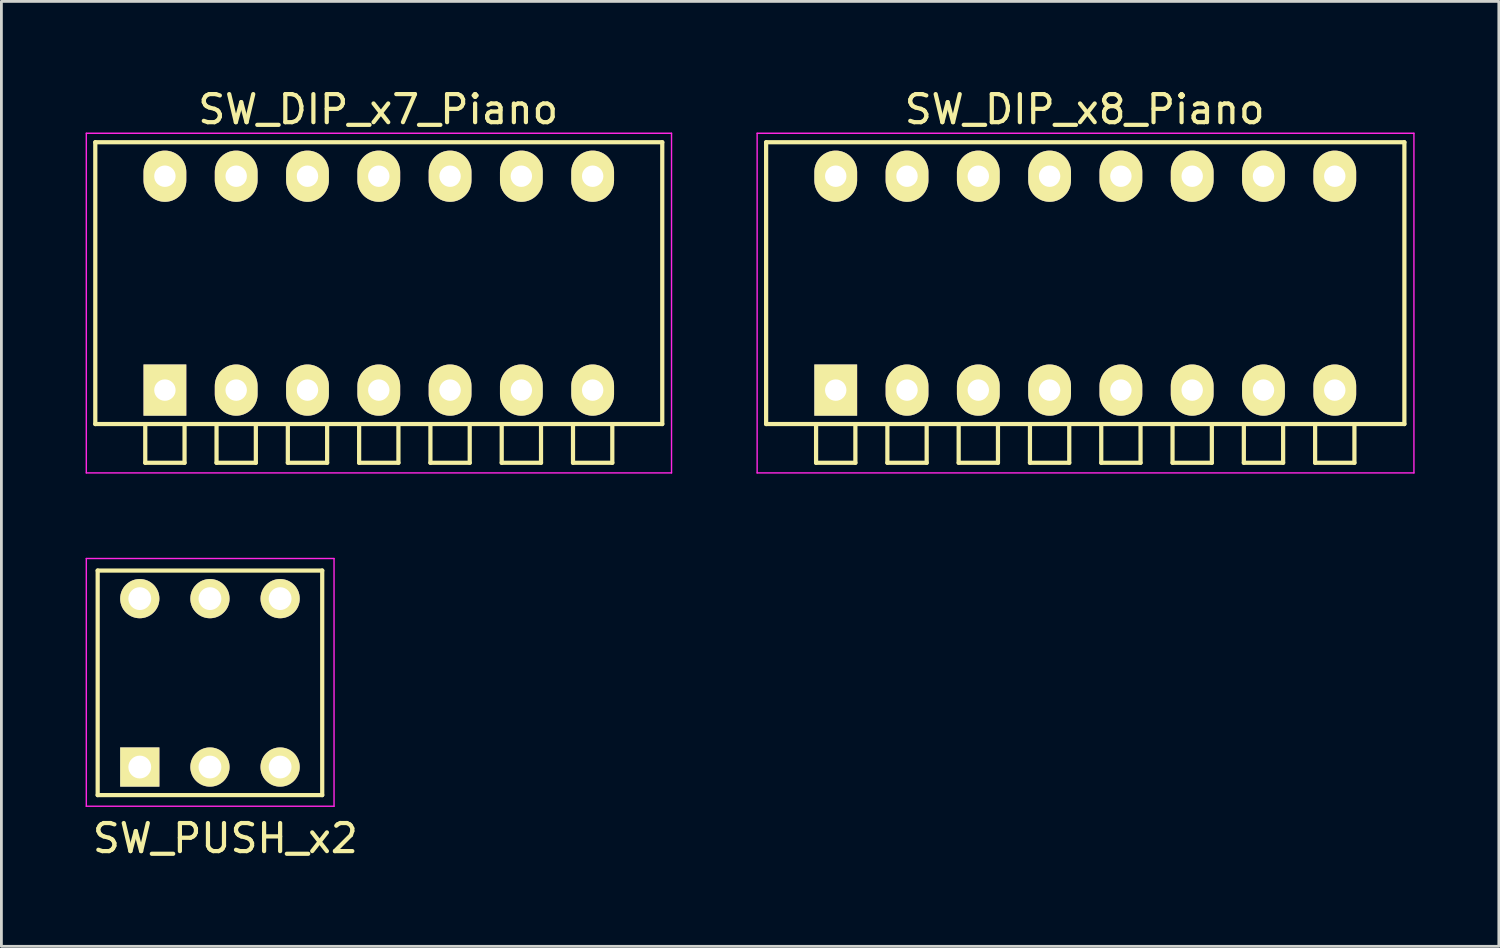
<source format=kicad_pcb>
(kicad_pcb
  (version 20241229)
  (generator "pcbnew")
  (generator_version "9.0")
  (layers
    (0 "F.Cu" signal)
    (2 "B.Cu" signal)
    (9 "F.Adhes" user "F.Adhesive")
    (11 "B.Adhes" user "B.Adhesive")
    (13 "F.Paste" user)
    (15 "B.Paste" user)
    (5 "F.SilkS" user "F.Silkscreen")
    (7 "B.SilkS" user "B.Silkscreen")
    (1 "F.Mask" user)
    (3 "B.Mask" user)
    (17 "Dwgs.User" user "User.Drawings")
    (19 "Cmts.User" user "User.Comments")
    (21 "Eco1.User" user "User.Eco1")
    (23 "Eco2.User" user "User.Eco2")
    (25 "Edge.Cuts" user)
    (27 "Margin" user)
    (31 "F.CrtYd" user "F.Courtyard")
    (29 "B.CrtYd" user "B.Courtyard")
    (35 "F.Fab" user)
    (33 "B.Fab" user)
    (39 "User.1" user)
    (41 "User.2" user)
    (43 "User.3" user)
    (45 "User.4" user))
  (footprint "SW_DIP_x8_Piano"
    (layer "F.Cu")
    (at 26.725 10.848)
    (property "Reference" "SW_DIP_x8_Piano" (at 8.87 -10 0) (layer "F.SilkS") (effects (font (size 1 1) (thickness 0.15))))
    (attr through_hole)
    (fp_line (start -2.48 -8.83) (end 20.26 -8.83) (stroke (width 0.15) (type solid)) (layer "F.SilkS"))
    (fp_line (start -2.48 1.21) (end -2.48 -8.83) (stroke (width 0.15) (type solid)) (layer "F.SilkS"))
    (fp_line (start -0.7 1.22) (end -0.7 2.59) (stroke (width 0.15) (type solid)) (layer "F.SilkS"))
    (fp_line (start -0.7 2.59) (end 0.7 2.59) (stroke (width 0.15) (type solid)) (layer "F.SilkS"))
    (fp_line (start 0.7 2.59) (end 0.7 1.22) (stroke (width 0.15) (type solid)) (layer "F.SilkS"))
    (fp_line (start 1.84 1.22) (end 1.84 2.59) (stroke (width 0.15) (type solid)) (layer "F.SilkS"))
    (fp_line (start 1.84 2.59) (end 3.24 2.59) (stroke (width 0.15) (type solid)) (layer "F.SilkS"))
    (fp_line (start 3.24 2.59) (end 3.24 1.22) (stroke (width 0.15) (type solid)) (layer "F.SilkS"))
    (fp_line (start 4.38 1.22) (end 4.38 2.59) (stroke (width 0.15) (type solid)) (layer "F.SilkS"))
    (fp_line (start 4.38 2.59) (end 5.78 2.59) (stroke (width 0.15) (type solid)) (layer "F.SilkS"))
    (fp_line (start 5.78 2.59) (end 5.78 1.22) (stroke (width 0.15) (type solid)) (layer "F.SilkS"))
    (fp_line (start 6.92 1.22) (end 6.92 2.59) (stroke (width 0.15) (type solid)) (layer "F.SilkS"))
    (fp_line (start 6.92 2.59) (end 8.32 2.59) (stroke (width 0.15) (type solid)) (layer "F.SilkS"))
    (fp_line (start 8.32 2.59) (end 8.32 1.22) (stroke (width 0.15) (type solid)) (layer "F.SilkS"))
    (fp_line (start 9.46 1.22) (end 9.46 2.59) (stroke (width 0.15) (type solid)) (layer "F.SilkS"))
    (fp_line (start 9.46 2.59) (end 10.86 2.59) (stroke (width 0.15) (type solid)) (layer "F.SilkS"))
    (fp_line (start 10.86 2.59) (end 10.86 1.22) (stroke (width 0.15) (type solid)) (layer "F.SilkS"))
    (fp_line (start 12 1.22) (end 12 2.59) (stroke (width 0.15) (type solid)) (layer "F.SilkS"))
    (fp_line (start 12 2.59) (end 13.4 2.59) (stroke (width 0.15) (type solid)) (layer "F.SilkS"))
    (fp_line (start 13.4 2.59) (end 13.4 1.22) (stroke (width 0.15) (type solid)) (layer "F.SilkS"))
    (fp_line (start 14.54 1.22) (end 14.54 2.59) (stroke (width 0.15) (type solid)) (layer "F.SilkS"))
    (fp_line (start 14.54 2.59) (end 15.94 2.59) (stroke (width 0.15) (type solid)) (layer "F.SilkS"))
    (fp_line (start 15.94 2.59) (end 15.94 1.22) (stroke (width 0.15) (type solid)) (layer "F.SilkS"))
    (fp_line (start 17.08 1.22) (end 17.08 2.59) (stroke (width 0.15) (type solid)) (layer "F.SilkS"))
    (fp_line (start 17.08 2.59) (end 18.48 2.59) (stroke (width 0.15) (type solid)) (layer "F.SilkS"))
    (fp_line (start 18.48 2.59) (end 18.48 1.22) (stroke (width 0.15) (type solid)) (layer "F.SilkS"))
    (fp_line (start 20.26 -8.83) (end 20.26 1.21) (stroke (width 0.15) (type solid)) (layer "F.SilkS"))
    (fp_line (start 20.26 1.21) (end -2.48 1.21) (stroke (width 0.15) (type solid)) (layer "F.SilkS"))
    (fp_line (start -2.8 -9.15) (end -2.8 2.95) (stroke (width 0.05) (type solid)) (layer "F.CrtYd"))
    (fp_line (start -2.8 2.95) (end 20.6 2.95) (stroke (width 0.05) (type solid)) (layer "F.CrtYd"))
    (fp_line (start 20.6 -9.15) (end -2.8 -9.15) (stroke (width 0.05) (type solid)) (layer "F.CrtYd"))
    (fp_line (start 20.6 2.95) (end 20.6 -9.15) (stroke (width 0.05) (type solid)) (layer "F.CrtYd"))
    (pad "1" thru_hole rect (at 0 0) (size 1.524 1.824) (drill 0.762) (layers "*.Cu" "*.Mask" "F.SilkS"))
    (pad "2" thru_hole oval (at 2.54 0) (size 1.524 1.824) (drill 0.762) (layers "*.Cu" "*.Mask" "F.SilkS"))
    (pad "3" thru_hole oval (at 5.08 0) (size 1.524 1.824) (drill 0.762) (layers "*.Cu" "*.Mask" "F.SilkS"))
    (pad "4" thru_hole oval (at 7.62 0) (size 1.524 1.824) (drill 0.762) (layers "*.Cu" "*.Mask" "F.SilkS"))
    (pad "5" thru_hole oval (at 10.16 0) (size 1.524 1.824) (drill 0.762) (layers "*.Cu" "*.Mask" "F.SilkS"))
    (pad "6" thru_hole oval (at 12.7 0) (size 1.524 1.824) (drill 0.762) (layers "*.Cu" "*.Mask" "F.SilkS"))
    (pad "7" thru_hole oval (at 15.24 0) (size 1.524 1.824) (drill 0.762) (layers "*.Cu" "*.Mask" "F.SilkS"))
    (pad "8" thru_hole oval (at 17.78 0) (size 1.524 1.824) (drill 0.762) (layers "*.Cu" "*.Mask" "F.SilkS"))
    (pad "9" thru_hole oval (at 17.78 -7.62) (size 1.524 1.824) (drill 0.762) (layers "*.Cu" "*.Mask" "F.SilkS"))
    (pad "10" thru_hole oval (at 15.24 -7.62) (size 1.524 1.824) (drill 0.762) (layers "*.Cu" "*.Mask" "F.SilkS"))
    (pad "11" thru_hole oval (at 12.7 -7.62) (size 1.524 1.824) (drill 0.762) (layers "*.Cu" "*.Mask" "F.SilkS"))
    (pad "12" thru_hole oval (at 10.16 -7.62) (size 1.524 1.824) (drill 0.762) (layers "*.Cu" "*.Mask" "F.SilkS"))
    (pad "13" thru_hole oval (at 7.62 -7.62) (size 1.524 1.824) (drill 0.762) (layers "*.Cu" "*.Mask" "F.SilkS"))
    (pad "14" thru_hole oval (at 5.08 -7.62) (size 1.524 1.824) (drill 0.762) (layers "*.Cu" "*.Mask" "F.SilkS"))
    (pad "15" thru_hole oval (at 2.54 -7.62) (size 1.524 1.824) (drill 0.762) (layers "*.Cu" "*.Mask" "F.SilkS"))
    (pad "16" thru_hole oval (at 0 -7.62) (size 1.524 1.824) (drill 0.762) (layers "*.Cu" "*.Mask" "F.SilkS")))
  (footprint "SW_DIP_x7_Piano"
    (layer "F.Cu")
    (at 2.825 10.848)
    (property "Reference" "SW_DIP_x7_Piano" (at 7.6 -10 0) (layer "F.SilkS") (effects (font (size 1 1) (thickness 0.15))))
    (attr through_hole)
    (fp_line (start -2.48 -8.83) (end 17.72 -8.83) (stroke (width 0.15) (type solid)) (layer "F.SilkS"))
    (fp_line (start -2.48 1.21) (end -2.48 -8.83) (stroke (width 0.15) (type solid)) (layer "F.SilkS"))
    (fp_line (start -0.7 1.22) (end -0.7 2.59) (stroke (width 0.15) (type solid)) (layer "F.SilkS"))
    (fp_line (start -0.7 2.59) (end 0.7 2.59) (stroke (width 0.15) (type solid)) (layer "F.SilkS"))
    (fp_line (start 0.7 2.59) (end 0.7 1.22) (stroke (width 0.15) (type solid)) (layer "F.SilkS"))
    (fp_line (start 1.84 1.22) (end 1.84 2.59) (stroke (width 0.15) (type solid)) (layer "F.SilkS"))
    (fp_line (start 1.84 2.59) (end 3.24 2.59) (stroke (width 0.15) (type solid)) (layer "F.SilkS"))
    (fp_line (start 3.24 2.59) (end 3.24 1.22) (stroke (width 0.15) (type solid)) (layer "F.SilkS"))
    (fp_line (start 4.38 1.22) (end 4.38 2.59) (stroke (width 0.15) (type solid)) (layer "F.SilkS"))
    (fp_line (start 4.38 2.59) (end 5.78 2.59) (stroke (width 0.15) (type solid)) (layer "F.SilkS"))
    (fp_line (start 5.78 2.59) (end 5.78 1.22) (stroke (width 0.15) (type solid)) (layer "F.SilkS"))
    (fp_line (start 6.92 1.22) (end 6.92 2.59) (stroke (width 0.15) (type solid)) (layer "F.SilkS"))
    (fp_line (start 6.92 2.59) (end 8.32 2.59) (stroke (width 0.15) (type solid)) (layer "F.SilkS"))
    (fp_line (start 8.32 2.59) (end 8.32 1.22) (stroke (width 0.15) (type solid)) (layer "F.SilkS"))
    (fp_line (start 9.46 1.22) (end 9.46 2.59) (stroke (width 0.15) (type solid)) (layer "F.SilkS"))
    (fp_line (start 9.46 2.59) (end 10.86 2.59) (stroke (width 0.15) (type solid)) (layer "F.SilkS"))
    (fp_line (start 10.86 2.59) (end 10.86 1.22) (stroke (width 0.15) (type solid)) (layer "F.SilkS"))
    (fp_line (start 12 1.22) (end 12 2.59) (stroke (width 0.15) (type solid)) (layer "F.SilkS"))
    (fp_line (start 12 2.59) (end 13.4 2.59) (stroke (width 0.15) (type solid)) (layer "F.SilkS"))
    (fp_line (start 13.4 2.59) (end 13.4 1.22) (stroke (width 0.15) (type solid)) (layer "F.SilkS"))
    (fp_line (start 14.54 1.22) (end 14.54 2.59) (stroke (width 0.15) (type solid)) (layer "F.SilkS"))
    (fp_line (start 14.54 2.59) (end 15.94 2.59) (stroke (width 0.15) (type solid)) (layer "F.SilkS"))
    (fp_line (start 15.94 2.59) (end 15.94 1.22) (stroke (width 0.15) (type solid)) (layer "F.SilkS"))
    (fp_line (start 17.72 -8.83) (end 17.72 1.21) (stroke (width 0.15) (type solid)) (layer "F.SilkS"))
    (fp_line (start 17.72 1.21) (end -2.48 1.21) (stroke (width 0.15) (type solid)) (layer "F.SilkS"))
    (fp_line (start -2.8 -9.15) (end -2.8 2.95) (stroke (width 0.05) (type solid)) (layer "F.CrtYd"))
    (fp_line (start -2.8 2.95) (end 18.05 2.95) (stroke (width 0.05) (type solid)) (layer "F.CrtYd"))
    (fp_line (start 18.05 -9.15) (end -2.8 -9.15) (stroke (width 0.05) (type solid)) (layer "F.CrtYd"))
    (fp_line (start 18.05 2.95) (end 18.05 -9.15) (stroke (width 0.05) (type solid)) (layer "F.CrtYd"))
    (pad "1" thru_hole rect (at 0 0) (size 1.524 1.824) (drill 0.762) (layers "*.Cu" "*.Mask" "F.SilkS"))
    (pad "2" thru_hole oval (at 2.54 0) (size 1.524 1.824) (drill 0.762) (layers "*.Cu" "*.Mask" "F.SilkS"))
    (pad "3" thru_hole oval (at 5.08 0) (size 1.524 1.824) (drill 0.762) (layers "*.Cu" "*.Mask" "F.SilkS"))
    (pad "4" thru_hole oval (at 7.62 0) (size 1.524 1.824) (drill 0.762) (layers "*.Cu" "*.Mask" "F.SilkS"))
    (pad "5" thru_hole oval (at 10.16 0) (size 1.524 1.824) (drill 0.762) (layers "*.Cu" "*.Mask" "F.SilkS"))
    (pad "6" thru_hole oval (at 12.7 0) (size 1.524 1.824) (drill 0.762) (layers "*.Cu" "*.Mask" "F.SilkS"))
    (pad "7" thru_hole oval (at 15.24 0) (size 1.524 1.824) (drill 0.762) (layers "*.Cu" "*.Mask" "F.SilkS"))
    (pad "8" thru_hole oval (at 15.24 -7.62) (size 1.524 1.824) (drill 0.762) (layers "*.Cu" "*.Mask" "F.SilkS"))
    (pad "9" thru_hole oval (at 12.7 -7.62) (size 1.524 1.824) (drill 0.762) (layers "*.Cu" "*.Mask" "F.SilkS"))
    (pad "10" thru_hole oval (at 10.16 -7.62) (size 1.524 1.824) (drill 0.762) (layers "*.Cu" "*.Mask" "F.SilkS"))
    (pad "11" thru_hole oval (at 7.62 -7.62) (size 1.524 1.824) (drill 0.762) (layers "*.Cu" "*.Mask" "F.SilkS"))
    (pad "12" thru_hole oval (at 5.08 -7.62) (size 1.524 1.824) (drill 0.762) (layers "*.Cu" "*.Mask" "F.SilkS"))
    (pad "13" thru_hole oval (at 2.54 -7.62) (size 1.524 1.824) (drill 0.762) (layers "*.Cu" "*.Mask" "F.SilkS"))
    (pad "14" thru_hole oval (at 0 -7.62) (size 1.524 1.824) (drill 0.762) (layers "*.Cu" "*.Mask" "F.SilkS")))
  (footprint "SW_PUSH_x2"
    (layer "F.Cu")
    (at 1.93 24.278)
    (property "Reference" "SW_PUSH_x2" (at 3.048 2.54 0) (layer "F.SilkS") (effects (font (size 1 1) (thickness 0.15))))
    (attr through_hole)
    (fp_line (start -1.5 -7) (end -1.5 1) (stroke (width 0.15) (type solid)) (layer "F.SilkS"))
    (fp_line (start -1.5 1) (end 6.5 1) (stroke (width 0.15) (type solid)) (layer "F.SilkS"))
    (fp_line (start 6.5 -7) (end -1.5 -7) (stroke (width 0.15) (type solid)) (layer "F.SilkS"))
    (fp_line (start 6.5 1) (end 6.5 -7) (stroke (width 0.15) (type solid)) (layer "F.SilkS"))
    (fp_line (start -1.905 -7.429) (end -1.905 1.397) (stroke (width 0.05) (type solid)) (layer "F.CrtYd"))
    (fp_line (start -1.905 -7.429) (end 6.921 -7.429) (stroke (width 0.05) (type solid)) (layer "F.CrtYd"))
    (fp_line (start -1.905 1.397) (end 6.921 1.397) (stroke (width 0.05) (type solid)) (layer "F.CrtYd"))
    (fp_line (start 6.921 -7.429) (end 6.921 1.397) (stroke (width 0.05) (type solid)) (layer "F.CrtYd"))
    (pad "1" thru_hole rect (at 0 0) (size 1.397 1.397) (drill 0.813) (layers "*.Cu" "*.Mask" "F.SilkS"))
    (pad "2" thru_hole circle (at 2.5 0) (size 1.397 1.397) (drill 0.813) (layers "*.Cu" "*.Mask" "F.SilkS"))
    (pad "3" thru_hole circle (at 5 0) (size 1.397 1.397) (drill 0.813) (layers "*.Cu" "*.Mask" "F.SilkS"))
    (pad "4" thru_hole circle (at 5 -6) (size 1.397 1.397) (drill 0.813) (layers "*.Cu" "*.Mask" "F.SilkS"))
    (pad "5" thru_hole circle (at 2.5 -6) (size 1.397 1.397) (drill 0.813) (layers "*.Cu" "*.Mask" "F.SilkS"))
    (pad "6" thru_hole circle (at 0 -6) (size 1.397 1.397) (drill 0.813) (layers "*.Cu" "*.Mask" "F.SilkS")))
  (gr_rect
    (start -3 -3)
    (end 50.35 30.666)
    (stroke (width 0.1) (type default))
    (fill no)
    (layer "Edge.Cuts")))
</source>
